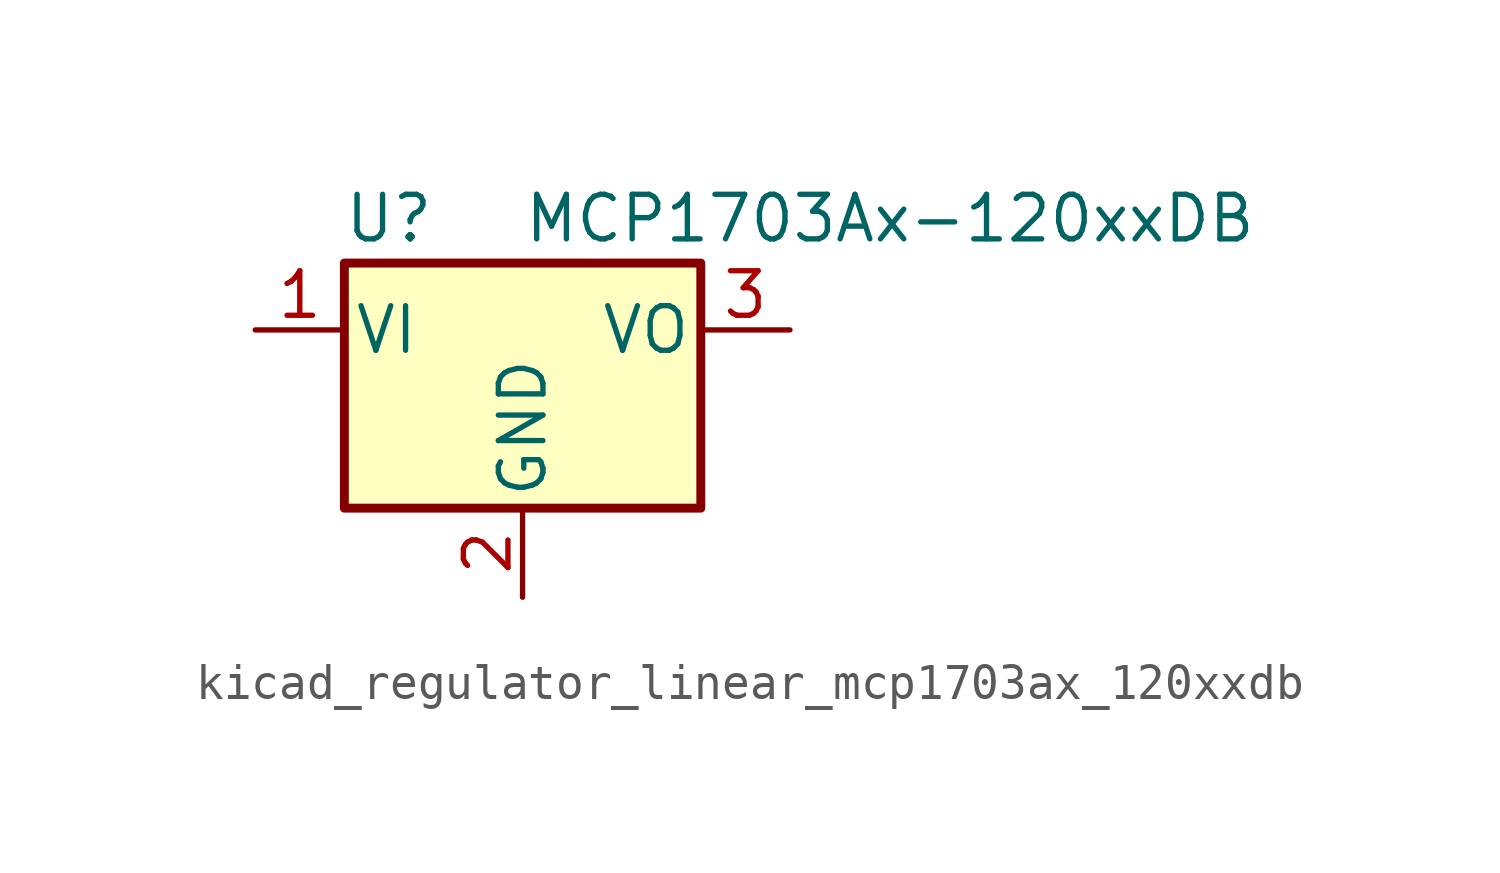
<source format=kicad_sym>
(kicad_symbol_lib
  (version 20220914)
  (generator kicad_symbol_editor)
  (symbol "kicad_regulator_linear_mcp1703ax_120xxdb"
    (pin_names
      (offset 0.254))
    (property "Reference" "U"
      (at -3.81 3.175 0)
      (effects (font (size 1.27 1.27))))
    (property "Value" "MCP1703Ax-120xxDB"
      (at 0 3.175 0)
      (effects (font (size 1.27 1.27)) (justify left)))
    (symbol "kicad_regulator_linear_mcp1703ax_120xxdb_0_1"
      (rectangle (start -5.08 -5.08) (end 5.08 1.905) (stroke (width 0.254) (type default)) (fill (type background))))
    (symbol "kicad_regulator_linear_mcp1703ax_120xxdb_1_1"
      (pin power_in line (at -7.62 0 0) (length 2.54) (name "VI" (effects (font (size 1.27 1.27)))) (number "1" (effects (font (size 1.27 1.27)))))
      (pin power_in line (at 0 -7.62 90) (length 2.54) (name "GND" (effects (font (size 1.27 1.27)))) (number "2" (effects (font (size 1.27 1.27)))))
      (pin power_out line (at 7.62 0 180) (length 2.54) (name "VO" (effects (font (size 1.27 1.27)))) (number "3" (effects (font (size 1.27 1.27))))))))
</source>
